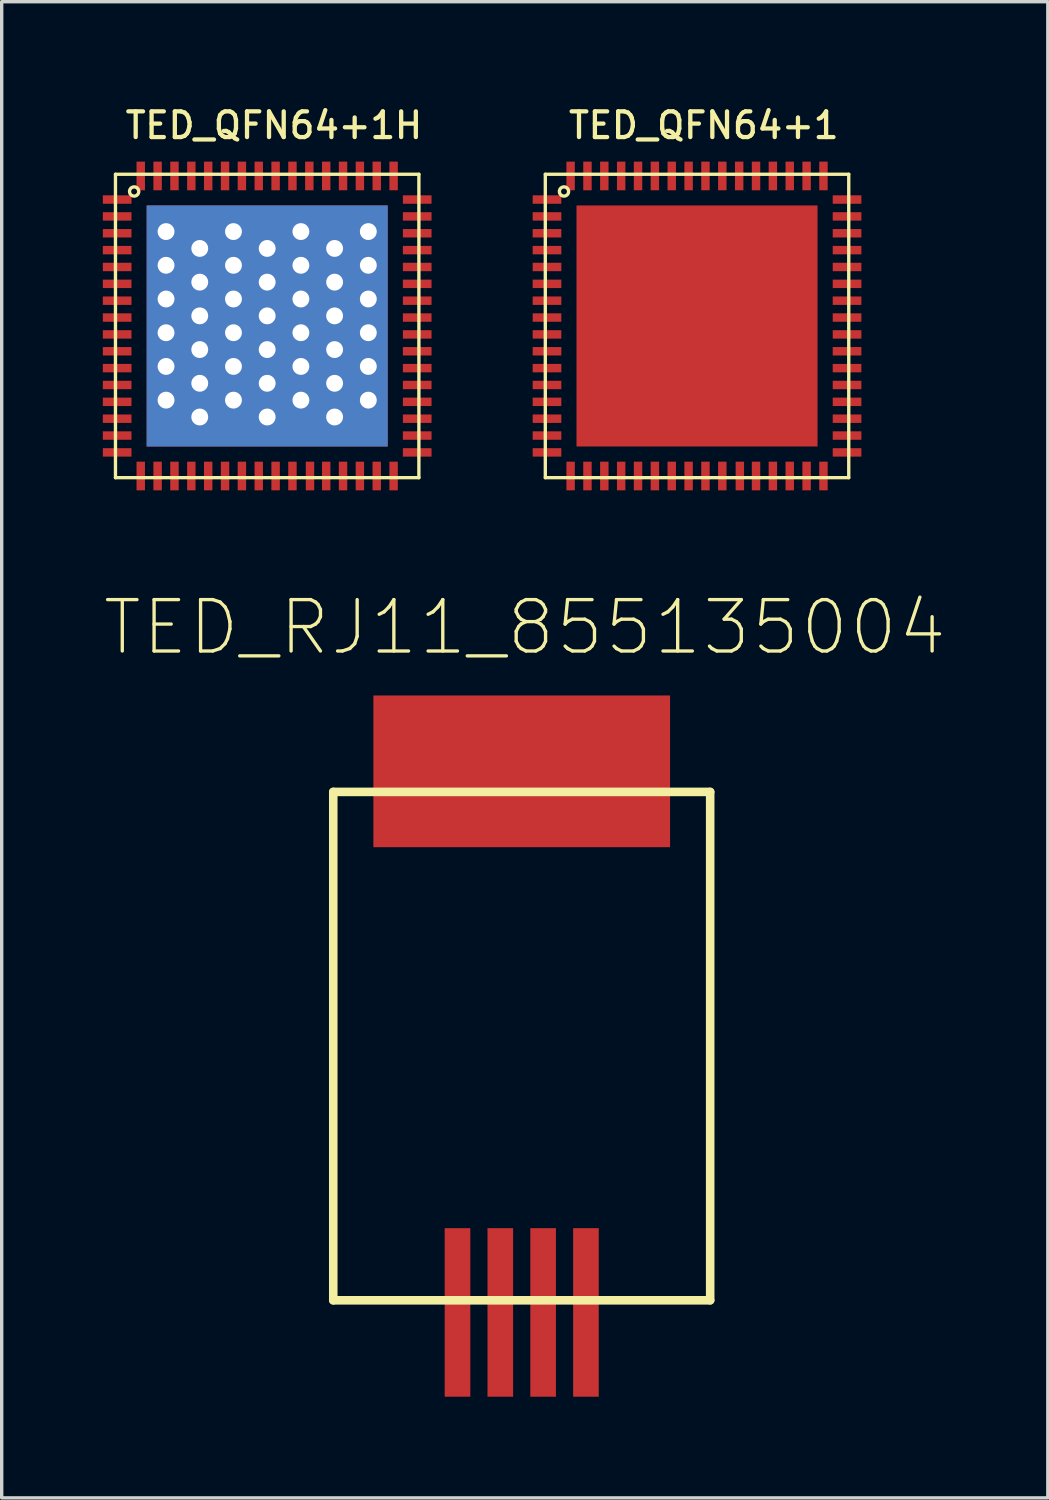
<source format=kicad_pcb>
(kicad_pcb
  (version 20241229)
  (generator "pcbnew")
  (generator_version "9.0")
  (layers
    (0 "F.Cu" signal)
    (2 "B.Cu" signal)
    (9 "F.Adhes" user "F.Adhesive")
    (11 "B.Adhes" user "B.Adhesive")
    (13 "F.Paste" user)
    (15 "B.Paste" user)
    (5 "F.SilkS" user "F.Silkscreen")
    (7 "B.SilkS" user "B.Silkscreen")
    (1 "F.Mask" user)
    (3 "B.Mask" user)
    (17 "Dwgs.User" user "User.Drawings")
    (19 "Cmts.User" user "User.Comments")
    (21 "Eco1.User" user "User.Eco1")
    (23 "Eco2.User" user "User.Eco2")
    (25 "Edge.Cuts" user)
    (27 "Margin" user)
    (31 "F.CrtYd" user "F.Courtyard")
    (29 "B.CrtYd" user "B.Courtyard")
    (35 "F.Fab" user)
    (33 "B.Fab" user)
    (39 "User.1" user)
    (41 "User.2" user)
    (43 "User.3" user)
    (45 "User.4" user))
  (footprint "TED_RJ11_855135004"
    (layer "F.Cu")
    (at 12.425 27.979)
    (property "Reference" "TED_RJ11_855135004" (at 0.09 -12.42 0) (layer "F.SilkS") (effects (font (size 1.524 1.524) (thickness 0.099))))
    (attr through_hole)
    (fp_line (start -5.59 -7.54) (end 5.59 -7.54) (stroke (width 0.254) (type solid)) (layer "F.SilkS"))
    (fp_line (start -5.59 7.54) (end -5.59 -7.54) (stroke (width 0.254) (type solid)) (layer "F.SilkS"))
    (fp_line (start 5.59 -7.54) (end 5.59 7.54) (stroke (width 0.254) (type solid)) (layer "F.SilkS"))
    (fp_line (start 5.59 7.54) (end -5.59 7.54) (stroke (width 0.254) (type solid)) (layer "F.SilkS"))
    (pad "1" smd rect (at 1.905 7.9) (size 0.76 5) (layers "F.Cu" "F.Mask" "F.Paste"))
    (pad "2" smd rect (at 0.635 7.9) (size 0.76 5) (layers "F.Cu" "F.Mask" "F.Paste"))
    (pad "3" smd rect (at -0.635 7.9) (size 0.76 5) (layers "F.Cu" "F.Mask" "F.Paste"))
    (pad "4" smd rect (at -1.905 7.9) (size 0.76 5) (layers "F.Cu" "F.Mask" "F.Paste"))
    (pad "PAD" smd rect (at 0 -8.15) (size 8.8 4.5) (layers "F.Cu" "F.Mask" "F.Paste")))
  (footprint "TED_QFN64+1H"
    (layer "F.Cu")
    (at 4.875 6.619)
    (property "Reference" "TED_QFN64+1H" (at 0.2 -5.95 0) (layer "F.SilkS") (effects (font (size 0.762 0.762) (thickness 0.127))))
    (attr smd)
    (fp_line (start -4.5 -4.5) (end 4.5 -4.5) (stroke (width 0.099) (type solid)) (layer "F.SilkS"))
    (fp_line (start -4.5 4.5) (end -4.5 -4.5) (stroke (width 0.099) (type solid)) (layer "F.SilkS"))
    (fp_line (start 4.5 -4.5) (end 4.5 4.5) (stroke (width 0.099) (type solid)) (layer "F.SilkS"))
    (fp_line (start 4.5 4.5) (end -4.5 4.5) (stroke (width 0.099) (type solid)) (layer "F.SilkS"))
    (fp_circle (center -3.946 -3.989) (end -3.895 -3.862) (stroke (width 0.099) (type solid)) (fill no) (layer "F.SilkS"))
    (pad "1" smd rect (at -4.45 -3.75 90) (size 0.25 0.85) (layers "F.Cu" "F.Mask" "F.Paste"))
    (pad "2" smd rect (at -4.45 -3.25 90) (size 0.25 0.85) (layers "F.Cu" "F.Mask" "F.Paste"))
    (pad "3" smd rect (at -4.45 -2.75 90) (size 0.25 0.85) (layers "F.Cu" "F.Mask" "F.Paste"))
    (pad "4" smd rect (at -4.45 -2.25 90) (size 0.25 0.85) (layers "F.Cu" "F.Mask" "F.Paste"))
    (pad "5" smd rect (at -4.45 -1.75 90) (size 0.25 0.85) (layers "F.Cu" "F.Mask" "F.Paste"))
    (pad "6" smd rect (at -4.45 -1.25 90) (size 0.25 0.85) (layers "F.Cu" "F.Mask" "F.Paste"))
    (pad "7" smd rect (at -4.45 -0.75 90) (size 0.25 0.85) (layers "F.Cu" "F.Mask" "F.Paste"))
    (pad "8" smd rect (at -4.45 -0.25 90) (size 0.25 0.85) (layers "F.Cu" "F.Mask" "F.Paste"))
    (pad "9" smd rect (at -4.45 0.25 90) (size 0.25 0.85) (layers "F.Cu" "F.Mask" "F.Paste"))
    (pad "10" smd rect (at -4.45 0.75 90) (size 0.25 0.85) (layers "F.Cu" "F.Mask" "F.Paste"))
    (pad "11" smd rect (at -4.45 1.25 90) (size 0.25 0.85) (layers "F.Cu" "F.Mask" "F.Paste"))
    (pad "12" smd rect (at -4.45 1.75 90) (size 0.25 0.85) (layers "F.Cu" "F.Mask" "F.Paste"))
    (pad "13" smd rect (at -4.45 2.25 90) (size 0.25 0.85) (layers "F.Cu" "F.Mask" "F.Paste"))
    (pad "14" smd rect (at -4.45 2.75 90) (size 0.25 0.85) (layers "F.Cu" "F.Mask" "F.Paste"))
    (pad "15" smd rect (at -4.45 3.25 90) (size 0.25 0.85) (layers "F.Cu" "F.Mask" "F.Paste"))
    (pad "16" smd rect (at -4.45 3.75 90) (size 0.25 0.85) (layers "F.Cu" "F.Mask" "F.Paste"))
    (pad "17" smd rect (at -3.75 4.45 180) (size 0.25 0.85) (layers "F.Cu" "F.Mask" "F.Paste"))
    (pad "18" smd rect (at -3.25 4.45 180) (size 0.25 0.85) (layers "F.Cu" "F.Mask" "F.Paste"))
    (pad "19" smd rect (at -2.75 4.45 180) (size 0.25 0.85) (layers "F.Cu" "F.Mask" "F.Paste"))
    (pad "20" smd rect (at -2.25 4.45 180) (size 0.25 0.85) (layers "F.Cu" "F.Mask" "F.Paste"))
    (pad "21" smd rect (at -1.75 4.45 180) (size 0.25 0.85) (layers "F.Cu" "F.Mask" "F.Paste"))
    (pad "22" smd rect (at -1.25 4.45 180) (size 0.25 0.85) (layers "F.Cu" "F.Mask" "F.Paste"))
    (pad "23" smd rect (at -0.75 4.45 180) (size 0.25 0.85) (layers "F.Cu" "F.Mask" "F.Paste"))
    (pad "24" smd rect (at -0.25 4.45 180) (size 0.25 0.85) (layers "F.Cu" "F.Mask" "F.Paste"))
    (pad "25" smd rect (at 0.25 4.45 180) (size 0.25 0.85) (layers "F.Cu" "F.Mask" "F.Paste"))
    (pad "26" smd rect (at 0.75 4.45 180) (size 0.25 0.85) (layers "F.Cu" "F.Mask" "F.Paste"))
    (pad "27" smd rect (at 1.27 4.45 180) (size 0.25 0.85) (layers "F.Cu" "F.Mask" "F.Paste"))
    (pad "28" smd rect (at 1.75 4.45 180) (size 0.25 0.85) (layers "F.Cu" "F.Mask" "F.Paste"))
    (pad "29" smd rect (at 2.25 4.45 180) (size 0.25 0.85) (layers "F.Cu" "F.Mask" "F.Paste"))
    (pad "30" smd rect (at 2.75 4.45 180) (size 0.25 0.85) (layers "F.Cu" "F.Mask" "F.Paste"))
    (pad "31" smd rect (at 3.25 4.45 180) (size 0.25 0.85) (layers "F.Cu" "F.Mask" "F.Paste"))
    (pad "32" smd rect (at 3.75 4.45 180) (size 0.25 0.85) (layers "F.Cu" "F.Mask" "F.Paste"))
    (pad "33" smd rect (at 4.45 3.75 90) (size 0.25 0.85) (layers "F.Cu" "F.Mask" "F.Paste"))
    (pad "34" smd rect (at 4.45 3.25 90) (size 0.25 0.85) (layers "F.Cu" "F.Mask" "F.Paste"))
    (pad "35" smd rect (at 4.45 2.75 90) (size 0.25 0.85) (layers "F.Cu" "F.Mask" "F.Paste"))
    (pad "36" smd rect (at 4.45 2.25 90) (size 0.25 0.85) (layers "F.Cu" "F.Mask" "F.Paste"))
    (pad "37" smd rect (at 4.45 1.75 90) (size 0.25 0.85) (layers "F.Cu" "F.Mask" "F.Paste"))
    (pad "38" smd rect (at 4.45 1.25 90) (size 0.25 0.85) (layers "F.Cu" "F.Mask" "F.Paste"))
    (pad "39" smd rect (at 4.45 0.75 90) (size 0.25 0.85) (layers "F.Cu" "F.Mask" "F.Paste"))
    (pad "40" smd rect (at 4.45 0.25 90) (size 0.25 0.85) (layers "F.Cu" "F.Mask" "F.Paste"))
    (pad "41" smd rect (at 4.45 -0.25 90) (size 0.25 0.85) (layers "F.Cu" "F.Mask" "F.Paste"))
    (pad "42" smd rect (at 4.45 -0.75 90) (size 0.25 0.85) (layers "F.Cu" "F.Mask" "F.Paste"))
    (pad "43" smd rect (at 4.45 -1.25 90) (size 0.25 0.85) (layers "F.Cu" "F.Mask" "F.Paste"))
    (pad "44" smd rect (at 4.45 -1.75 90) (size 0.25 0.85) (layers "F.Cu" "F.Mask" "F.Paste"))
    (pad "45" smd rect (at 4.45 -2.25 90) (size 0.25 0.85) (layers "F.Cu" "F.Mask" "F.Paste"))
    (pad "46" smd rect (at 4.45 -2.75 90) (size 0.25 0.85) (layers "F.Cu" "F.Mask" "F.Paste"))
    (pad "47" smd rect (at 4.45 -3.25 90) (size 0.25 0.85) (layers "F.Cu" "F.Mask" "F.Paste"))
    (pad "48" smd rect (at 4.45 -3.75 90) (size 0.25 0.85) (layers "F.Cu" "F.Mask" "F.Paste"))
    (pad "49" smd rect (at 3.75 -4.45 180) (size 0.25 0.85) (layers "F.Cu" "F.Mask" "F.Paste"))
    (pad "50" smd rect (at 3.25 -4.45 180) (size 0.25 0.85) (layers "F.Cu" "F.Mask" "F.Paste"))
    (pad "51" smd rect (at 2.75 -4.45 180) (size 0.25 0.85) (layers "F.Cu" "F.Mask" "F.Paste"))
    (pad "52" smd rect (at 2.25 -4.45 180) (size 0.25 0.85) (layers "F.Cu" "F.Mask" "F.Paste"))
    (pad "53" smd rect (at 1.75 -4.45 180) (size 0.25 0.85) (layers "F.Cu" "F.Mask" "F.Paste"))
    (pad "54" smd rect (at 1.25 -4.45 180) (size 0.25 0.85) (layers "F.Cu" "F.Mask" "F.Paste"))
    (pad "55" smd rect (at 0.75 -4.45 180) (size 0.25 0.85) (layers "F.Cu" "F.Mask" "F.Paste"))
    (pad "56" smd rect (at 0.25 -4.45 180) (size 0.25 0.85) (layers "F.Cu" "F.Mask" "F.Paste"))
    (pad "57" smd rect (at -0.25 -4.45 180) (size 0.25 0.85) (layers "F.Cu" "F.Mask" "F.Paste"))
    (pad "58" smd rect (at -0.75 -4.45 180) (size 0.25 0.85) (layers "F.Cu" "F.Mask" "F.Paste"))
    (pad "59" smd rect (at -1.25 -4.45 180) (size 0.25 0.85) (layers "F.Cu" "F.Mask" "F.Paste"))
    (pad "60" smd rect (at -1.75 -4.45 180) (size 0.25 0.85) (layers "F.Cu" "F.Mask" "F.Paste"))
    (pad "61" smd rect (at -2.25 -4.45 180) (size 0.25 0.85) (layers "F.Cu" "F.Mask" "F.Paste"))
    (pad "62" smd rect (at -2.75 -4.45 180) (size 0.25 0.85) (layers "F.Cu" "F.Mask" "F.Paste"))
    (pad "63" smd rect (at -3.25 -4.45 180) (size 0.25 0.85) (layers "F.Cu" "F.Mask" "F.Paste"))
    (pad "64" smd rect (at -3.75 -4.45 180) (size 0.25 0.85) (layers "F.Cu" "F.Mask" "F.Paste"))
    (pad "65" thru_hole circle (at -3 -2.8) (size 0.6 0.6) (drill 0.5) (layers "*.Cu"))
    (pad "65" thru_hole circle (at -3 -1.8) (size 0.6 0.6) (drill 0.5) (layers "*.Cu"))
    (pad "65" thru_hole circle (at -3 -0.8) (size 0.6 0.6) (drill 0.5) (layers "*.Cu"))
    (pad "65" thru_hole circle (at -3 0.2) (size 0.6 0.6) (drill 0.5) (layers "*.Cu"))
    (pad "65" thru_hole circle (at -3 1.2) (size 0.6 0.6) (drill 0.5) (layers "*.Cu"))
    (pad "65" thru_hole circle (at -3 2.2) (size 0.6 0.6) (drill 0.5) (layers "*.Cu"))
    (pad "65" thru_hole circle (at -2 -2.3) (size 0.6 0.6) (drill 0.5) (layers "*.Cu"))
    (pad "65" thru_hole circle (at -2 -1.3) (size 0.6 0.6) (drill 0.5) (layers "*.Cu"))
    (pad "65" thru_hole circle (at -2 -0.3) (size 0.6 0.6) (drill 0.5) (layers "*.Cu"))
    (pad "65" thru_hole circle (at -2 0.7) (size 0.6 0.6) (drill 0.5) (layers "*.Cu"))
    (pad "65" thru_hole circle (at -2 1.7) (size 0.6 0.6) (drill 0.5) (layers "*.Cu"))
    (pad "65" thru_hole circle (at -2 2.7) (size 0.6 0.6) (drill 0.5) (layers "*.Cu"))
    (pad "65" thru_hole circle (at -1 -2.8) (size 0.6 0.6) (drill 0.5) (layers "*.Cu"))
    (pad "65" thru_hole circle (at -1 -1.8) (size 0.6 0.6) (drill 0.5) (layers "*.Cu"))
    (pad "65" thru_hole circle (at -1 -0.8) (size 0.6 0.6) (drill 0.5) (layers "*.Cu"))
    (pad "65" thru_hole circle (at -1 0.2) (size 0.6 0.6) (drill 0.5) (layers "*.Cu"))
    (pad "65" thru_hole circle (at -1 1.2) (size 0.6 0.6) (drill 0.5) (layers "*.Cu"))
    (pad "65" thru_hole circle (at -1 2.2) (size 0.6 0.6) (drill 0.5) (layers "*.Cu"))
    (pad "65" thru_hole circle (at 0 -2.3) (size 0.6 0.6) (drill 0.5) (layers "*.Cu"))
    (pad "65" thru_hole circle (at 0 -1.3) (size 0.6 0.6) (drill 0.5) (layers "*.Cu"))
    (pad "65" thru_hole circle (at 0 -0.3) (size 0.6 0.6) (drill 0.5) (layers "*.Cu"))
    (pad "65" smd rect (at 0 0 180) (size 7.15 7.15) (layers "*.Cu" "*.Mask" "F.Paste"))
    (pad "65" thru_hole circle (at 0 0.7) (size 0.6 0.6) (drill 0.5) (layers "*.Cu"))
    (pad "65" thru_hole circle (at 0 1.7) (size 0.6 0.6) (drill 0.5) (layers "*.Cu"))
    (pad "65" thru_hole circle (at 0 2.7) (size 0.6 0.6) (drill 0.5) (layers "*.Cu"))
    (pad "65" thru_hole circle (at 1 -2.8) (size 0.6 0.6) (drill 0.5) (layers "*.Cu"))
    (pad "65" thru_hole circle (at 1 -1.8) (size 0.6 0.6) (drill 0.5) (layers "*.Cu"))
    (pad "65" thru_hole circle (at 1 -0.8) (size 0.6 0.6) (drill 0.5) (layers "*.Cu"))
    (pad "65" thru_hole circle (at 1 0.2) (size 0.6 0.6) (drill 0.5) (layers "*.Cu"))
    (pad "65" thru_hole circle (at 1 1.2) (size 0.6 0.6) (drill 0.5) (layers "*.Cu"))
    (pad "65" thru_hole circle (at 1 2.2) (size 0.6 0.6) (drill 0.5) (layers "*.Cu"))
    (pad "65" thru_hole circle (at 2 -2.3) (size 0.6 0.6) (drill 0.5) (layers "*.Cu"))
    (pad "65" thru_hole circle (at 2 -1.3) (size 0.6 0.6) (drill 0.5) (layers "*.Cu"))
    (pad "65" thru_hole circle (at 2 -0.3) (size 0.6 0.6) (drill 0.5) (layers "*.Cu"))
    (pad "65" thru_hole circle (at 2 0.7) (size 0.6 0.6) (drill 0.5) (layers "*.Cu"))
    (pad "65" thru_hole circle (at 2 1.7) (size 0.6 0.6) (drill 0.5) (layers "*.Cu"))
    (pad "65" thru_hole circle (at 2 2.7) (size 0.6 0.6) (drill 0.5) (layers "*.Cu"))
    (pad "65" thru_hole circle (at 3 -2.8) (size 0.6 0.6) (drill 0.5) (layers "*.Cu"))
    (pad "65" thru_hole circle (at 3 -1.8) (size 0.6 0.6) (drill 0.5) (layers "*.Cu"))
    (pad "65" thru_hole circle (at 3 -0.8) (size 0.6 0.6) (drill 0.5) (layers "*.Cu"))
    (pad "65" thru_hole circle (at 3 0.2) (size 0.6 0.6) (drill 0.5) (layers "*.Cu"))
    (pad "65" thru_hole circle (at 3 1.2) (size 0.6 0.6) (drill 0.5) (layers "*.Cu"))
    (pad "65" thru_hole circle (at 3 2.2) (size 0.6 0.6) (drill 0.5) (layers "*.Cu")))
  (footprint "TED_QFN64+1"
    (layer "F.Cu")
    (at 17.625 6.619)
    (property "Reference" "TED_QFN64+1" (at 0.2 -5.95 0) (layer "F.SilkS") (effects (font (size 0.762 0.762) (thickness 0.127))))
    (attr smd)
    (fp_line (start -4.5 -4.5) (end 4.5 -4.5) (stroke (width 0.099) (type solid)) (layer "F.SilkS"))
    (fp_line (start -4.5 4.5) (end -4.5 -4.5) (stroke (width 0.099) (type solid)) (layer "F.SilkS"))
    (fp_line (start 4.5 -4.5) (end 4.5 4.5) (stroke (width 0.099) (type solid)) (layer "F.SilkS"))
    (fp_line (start 4.5 4.5) (end -4.5 4.5) (stroke (width 0.099) (type solid)) (layer "F.SilkS"))
    (fp_circle (center -3.946 -3.989) (end -3.895 -3.862) (stroke (width 0.099) (type solid)) (fill no) (layer "F.SilkS"))
    (pad "1" smd rect (at -4.45 -3.75 90) (size 0.25 0.85) (layers "F.Cu" "F.Mask" "F.Paste"))
    (pad "2" smd rect (at -4.45 -3.25 90) (size 0.25 0.85) (layers "F.Cu" "F.Mask" "F.Paste"))
    (pad "3" smd rect (at -4.45 -2.75 90) (size 0.25 0.85) (layers "F.Cu" "F.Mask" "F.Paste"))
    (pad "4" smd rect (at -4.45 -2.25 90) (size 0.25 0.85) (layers "F.Cu" "F.Mask" "F.Paste"))
    (pad "5" smd rect (at -4.45 -1.75 90) (size 0.25 0.85) (layers "F.Cu" "F.Mask" "F.Paste"))
    (pad "6" smd rect (at -4.45 -1.25 90) (size 0.25 0.85) (layers "F.Cu" "F.Mask" "F.Paste"))
    (pad "7" smd rect (at -4.45 -0.75 90) (size 0.25 0.85) (layers "F.Cu" "F.Mask" "F.Paste"))
    (pad "8" smd rect (at -4.45 -0.25 90) (size 0.25 0.85) (layers "F.Cu" "F.Mask" "F.Paste"))
    (pad "9" smd rect (at -4.45 0.25 90) (size 0.25 0.85) (layers "F.Cu" "F.Mask" "F.Paste"))
    (pad "10" smd rect (at -4.45 0.75 90) (size 0.25 0.85) (layers "F.Cu" "F.Mask" "F.Paste"))
    (pad "11" smd rect (at -4.45 1.25 90) (size 0.25 0.85) (layers "F.Cu" "F.Mask" "F.Paste"))
    (pad "12" smd rect (at -4.45 1.75 90) (size 0.25 0.85) (layers "F.Cu" "F.Mask" "F.Paste"))
    (pad "13" smd rect (at -4.45 2.25 90) (size 0.25 0.85) (layers "F.Cu" "F.Mask" "F.Paste"))
    (pad "14" smd rect (at -4.45 2.75 90) (size 0.25 0.85) (layers "F.Cu" "F.Mask" "F.Paste"))
    (pad "15" smd rect (at -4.45 3.25 90) (size 0.25 0.85) (layers "F.Cu" "F.Mask" "F.Paste"))
    (pad "16" smd rect (at -4.45 3.75 90) (size 0.25 0.85) (layers "F.Cu" "F.Mask" "F.Paste"))
    (pad "17" smd rect (at -3.75 4.45 180) (size 0.25 0.85) (layers "F.Cu" "F.Mask" "F.Paste"))
    (pad "18" smd rect (at -3.25 4.45 180) (size 0.25 0.85) (layers "F.Cu" "F.Mask" "F.Paste"))
    (pad "19" smd rect (at -2.75 4.45 180) (size 0.25 0.85) (layers "F.Cu" "F.Mask" "F.Paste"))
    (pad "20" smd rect (at -2.25 4.45 180) (size 0.25 0.85) (layers "F.Cu" "F.Mask" "F.Paste"))
    (pad "21" smd rect (at -1.75 4.45 180) (size 0.25 0.85) (layers "F.Cu" "F.Mask" "F.Paste"))
    (pad "22" smd rect (at -1.25 4.45 180) (size 0.25 0.85) (layers "F.Cu" "F.Mask" "F.Paste"))
    (pad "23" smd rect (at -0.75 4.45 180) (size 0.25 0.85) (layers "F.Cu" "F.Mask" "F.Paste"))
    (pad "24" smd rect (at -0.25 4.45 180) (size 0.25 0.85) (layers "F.Cu" "F.Mask" "F.Paste"))
    (pad "25" smd rect (at 0.25 4.45 180) (size 0.25 0.85) (layers "F.Cu" "F.Mask" "F.Paste"))
    (pad "26" smd rect (at 0.75 4.45 180) (size 0.25 0.85) (layers "F.Cu" "F.Mask" "F.Paste"))
    (pad "27" smd rect (at 1.27 4.45 180) (size 0.25 0.85) (layers "F.Cu" "F.Mask" "F.Paste"))
    (pad "28" smd rect (at 1.75 4.45 180) (size 0.25 0.85) (layers "F.Cu" "F.Mask" "F.Paste"))
    (pad "29" smd rect (at 2.25 4.45 180) (size 0.25 0.85) (layers "F.Cu" "F.Mask" "F.Paste"))
    (pad "30" smd rect (at 2.75 4.45 180) (size 0.25 0.85) (layers "F.Cu" "F.Mask" "F.Paste"))
    (pad "31" smd rect (at 3.25 4.45 180) (size 0.25 0.85) (layers "F.Cu" "F.Mask" "F.Paste"))
    (pad "32" smd rect (at 3.75 4.45 180) (size 0.25 0.85) (layers "F.Cu" "F.Mask" "F.Paste"))
    (pad "33" smd rect (at 4.45 3.75 90) (size 0.25 0.85) (layers "F.Cu" "F.Mask" "F.Paste"))
    (pad "34" smd rect (at 4.45 3.25 90) (size 0.25 0.85) (layers "F.Cu" "F.Mask" "F.Paste"))
    (pad "35" smd rect (at 4.45 2.75 90) (size 0.25 0.85) (layers "F.Cu" "F.Mask" "F.Paste"))
    (pad "36" smd rect (at 4.45 2.25 90) (size 0.25 0.85) (layers "F.Cu" "F.Mask" "F.Paste"))
    (pad "37" smd rect (at 4.45 1.75 90) (size 0.25 0.85) (layers "F.Cu" "F.Mask" "F.Paste"))
    (pad "38" smd rect (at 4.45 1.25 90) (size 0.25 0.85) (layers "F.Cu" "F.Mask" "F.Paste"))
    (pad "39" smd rect (at 4.45 0.75 90) (size 0.25 0.85) (layers "F.Cu" "F.Mask" "F.Paste"))
    (pad "40" smd rect (at 4.45 0.25 90) (size 0.25 0.85) (layers "F.Cu" "F.Mask" "F.Paste"))
    (pad "41" smd rect (at 4.45 -0.25 90) (size 0.25 0.85) (layers "F.Cu" "F.Mask" "F.Paste"))
    (pad "42" smd rect (at 4.45 -0.75 90) (size 0.25 0.85) (layers "F.Cu" "F.Mask" "F.Paste"))
    (pad "43" smd rect (at 4.45 -1.25 90) (size 0.25 0.85) (layers "F.Cu" "F.Mask" "F.Paste"))
    (pad "44" smd rect (at 4.45 -1.75 90) (size 0.25 0.85) (layers "F.Cu" "F.Mask" "F.Paste"))
    (pad "45" smd rect (at 4.45 -2.25 90) (size 0.25 0.85) (layers "F.Cu" "F.Mask" "F.Paste"))
    (pad "46" smd rect (at 4.45 -2.75 90) (size 0.25 0.85) (layers "F.Cu" "F.Mask" "F.Paste"))
    (pad "47" smd rect (at 4.45 -3.25 90) (size 0.25 0.85) (layers "F.Cu" "F.Mask" "F.Paste"))
    (pad "48" smd rect (at 4.45 -3.75 90) (size 0.25 0.85) (layers "F.Cu" "F.Mask" "F.Paste"))
    (pad "49" smd rect (at 3.75 -4.45 180) (size 0.25 0.85) (layers "F.Cu" "F.Mask" "F.Paste"))
    (pad "50" smd rect (at 3.25 -4.45 180) (size 0.25 0.85) (layers "F.Cu" "F.Mask" "F.Paste"))
    (pad "51" smd rect (at 2.75 -4.45 180) (size 0.25 0.85) (layers "F.Cu" "F.Mask" "F.Paste"))
    (pad "52" smd rect (at 2.25 -4.45 180) (size 0.25 0.85) (layers "F.Cu" "F.Mask" "F.Paste"))
    (pad "53" smd rect (at 1.75 -4.45 180) (size 0.25 0.85) (layers "F.Cu" "F.Mask" "F.Paste"))
    (pad "54" smd rect (at 1.25 -4.45 180) (size 0.25 0.85) (layers "F.Cu" "F.Mask" "F.Paste"))
    (pad "55" smd rect (at 0.75 -4.45 180) (size 0.25 0.85) (layers "F.Cu" "F.Mask" "F.Paste"))
    (pad "56" smd rect (at 0.25 -4.45 180) (size 0.25 0.85) (layers "F.Cu" "F.Mask" "F.Paste"))
    (pad "57" smd rect (at -0.25 -4.45 180) (size 0.25 0.85) (layers "F.Cu" "F.Mask" "F.Paste"))
    (pad "58" smd rect (at -0.75 -4.45 180) (size 0.25 0.85) (layers "F.Cu" "F.Mask" "F.Paste"))
    (pad "59" smd rect (at -1.25 -4.45 180) (size 0.25 0.85) (layers "F.Cu" "F.Mask" "F.Paste"))
    (pad "60" smd rect (at -1.75 -4.45 180) (size 0.25 0.85) (layers "F.Cu" "F.Mask" "F.Paste"))
    (pad "61" smd rect (at -2.25 -4.45 180) (size 0.25 0.85) (layers "F.Cu" "F.Mask" "F.Paste"))
    (pad "62" smd rect (at -2.75 -4.45 180) (size 0.25 0.85) (layers "F.Cu" "F.Mask" "F.Paste"))
    (pad "63" smd rect (at -3.25 -4.45 180) (size 0.25 0.85) (layers "F.Cu" "F.Mask" "F.Paste"))
    (pad "64" smd rect (at -3.75 -4.45 180) (size 0.25 0.85) (layers "F.Cu" "F.Mask" "F.Paste"))
    (pad "65" smd rect (at 0 0 180) (size 7.15 7.15) (layers "F.Cu" "F.Mask" "F.Paste")))
  (gr_rect
    (start -3 -3)
    (end 28.03 41.379)
    (stroke (width 0.1) (type default))
    (fill no)
    (layer "Edge.Cuts")))
</source>
